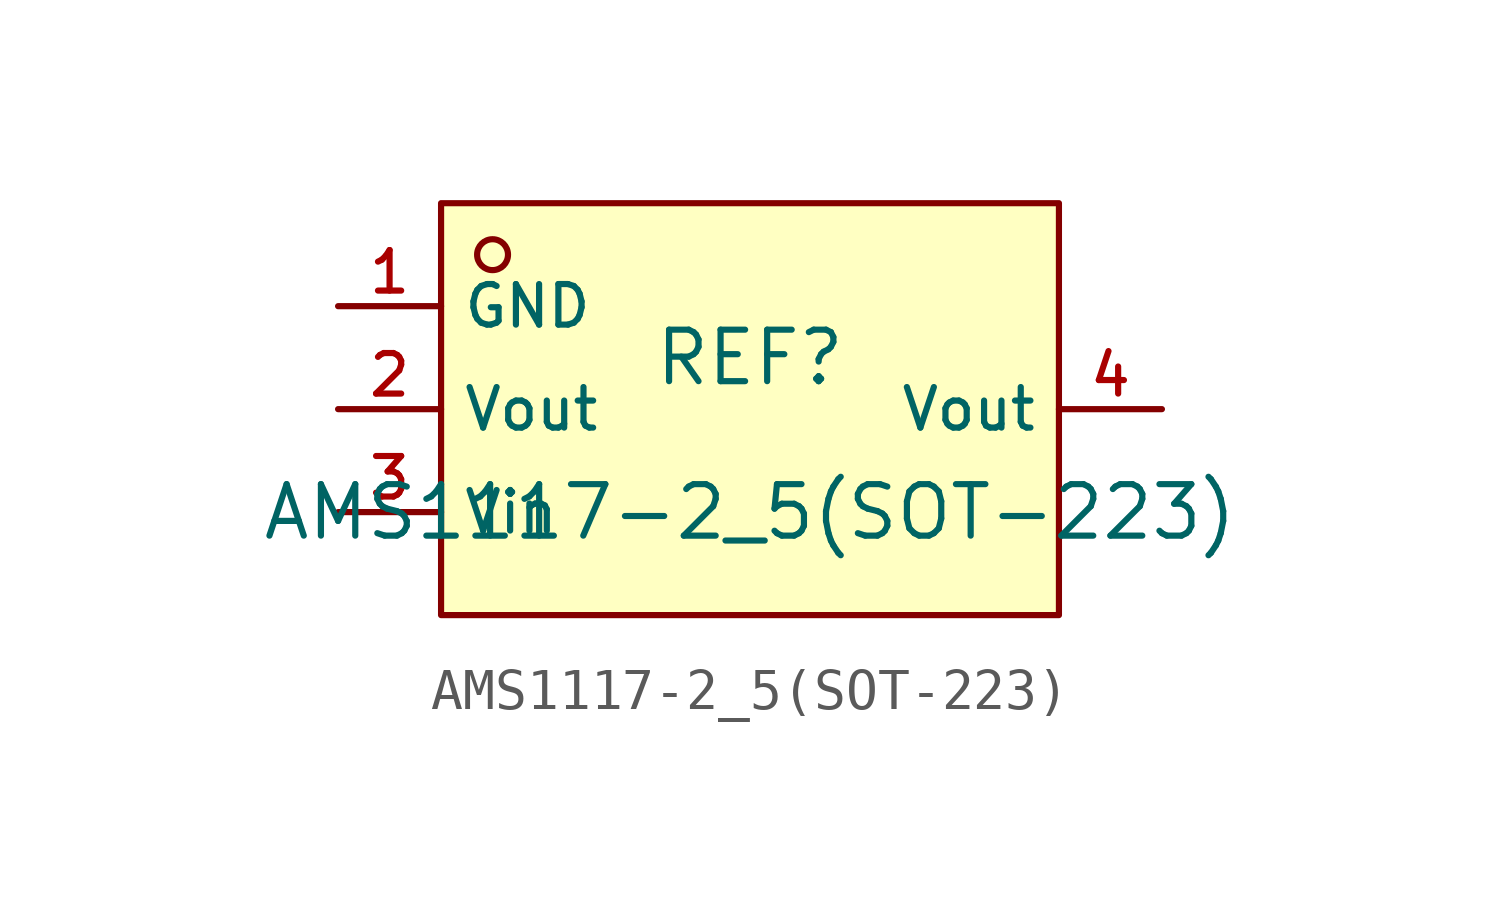
<source format=kicad_sym>
(kicad_symbol_lib
  (version 20210201)
  (generator TousstNicolas/JLC2KiCad_lib)
  (symbol "AMS1117-2_5(SOT-223)"
    (property "Reference" "REF"
      (at 0 1.27 0)
      (effects (font (size 1.27 1.27))))
    (property "Value" "AMS1117-2_5(SOT-223)"
      (at 0 -2.54 0)
      (effects (font (size 1.27 1.27))))
    (symbol "AMS1117-2_5(SOT-223)_0_1"
      (pin unspecified line (at 10.16 -0.0 180) (length 2.54) (name "Vout" (effects (font (size 1 1)))) (number "4" (effects (font (size 1 1)))))
      (pin unspecified line (at -10.16 -2.54 0) (length 2.54) (name "Vin" (effects (font (size 1 1)))) (number "3" (effects (font (size 1 1)))))
      (pin unspecified line (at -10.16 -0.0 0) (length 2.54) (name "Vout" (effects (font (size 1 1)))) (number "2" (effects (font (size 1 1)))))
      (pin unspecified line (at -10.16 2.54 0) (length 2.54) (name "GND" (effects (font (size 1 1)))) (number "1" (effects (font (size 1 1)))))
      (circle (center -6.35 3.81) (radius 0.381) (stroke (width 0) (type default) (color 0 0 0 0)) (fill (type background)))
      (rectangle (start -7.62 5.08) (end 7.62 -5.08) (stroke (width 0) (type default) (color 0 0 0 0)) (fill (type background))))))
</source>
